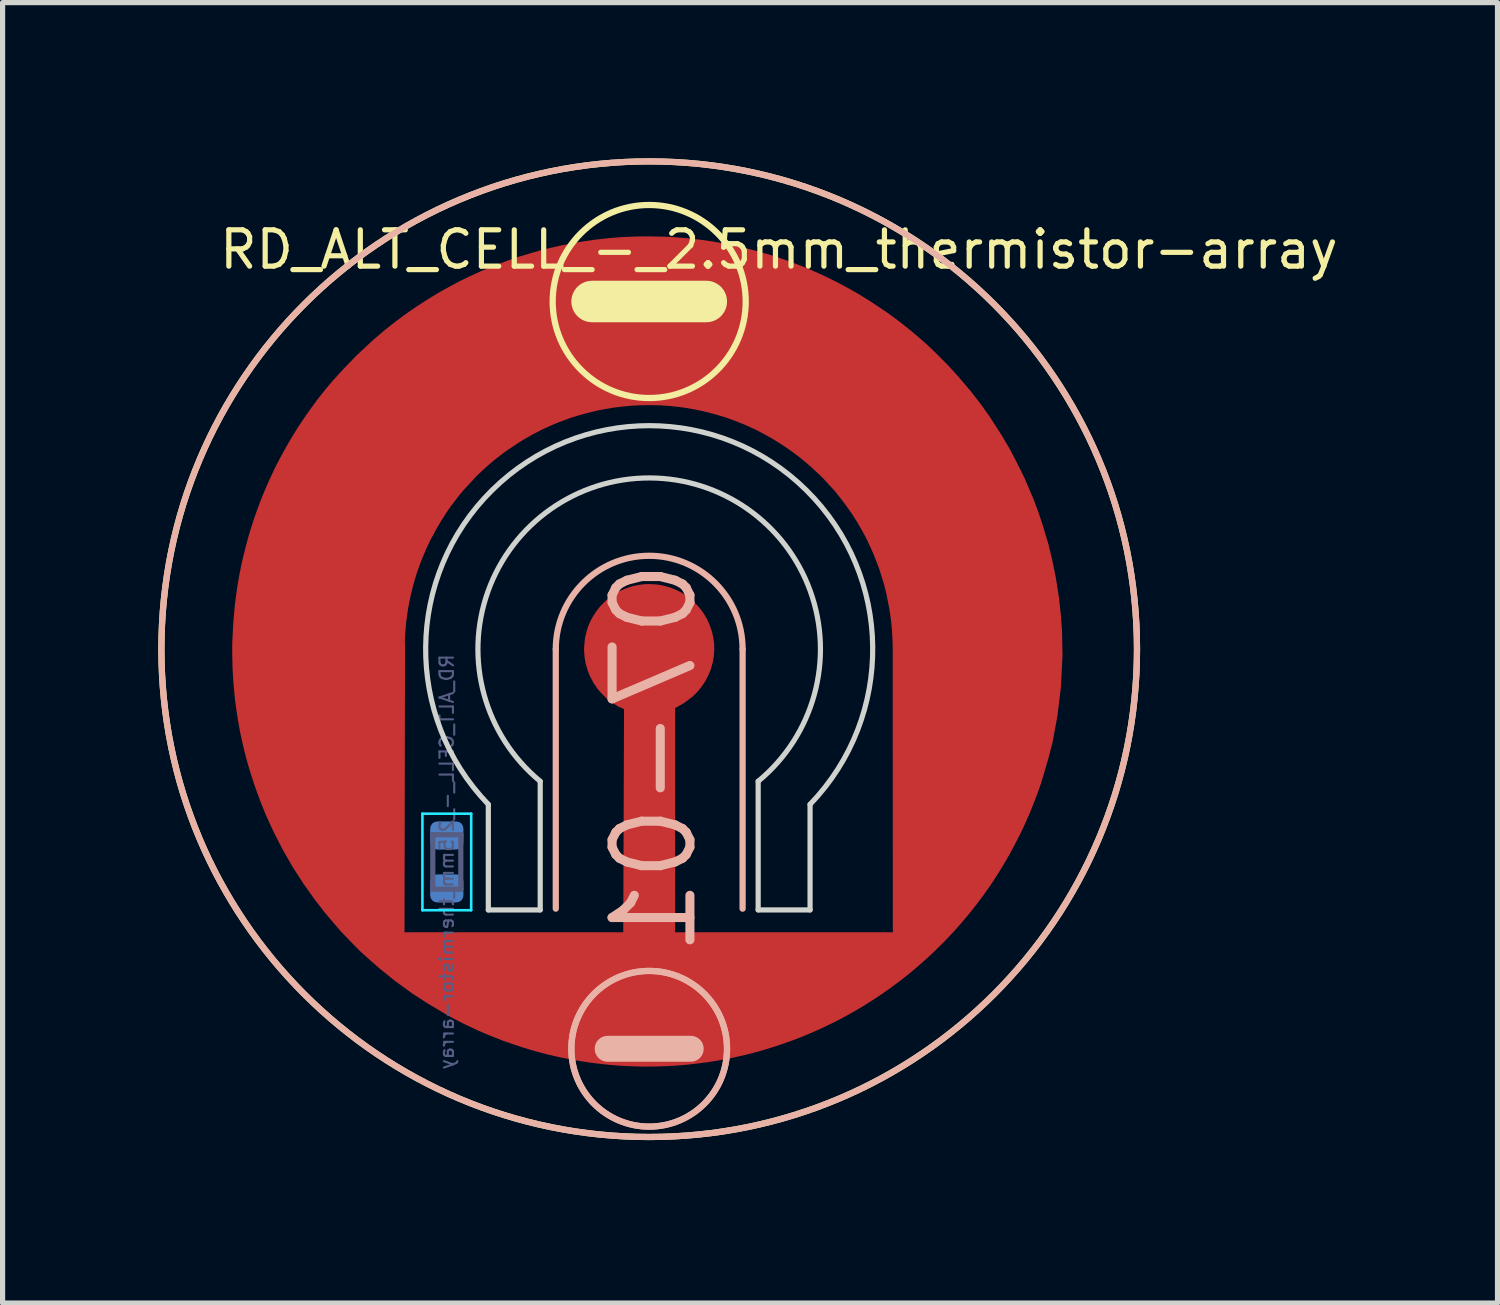
<source format=kicad_pcb>
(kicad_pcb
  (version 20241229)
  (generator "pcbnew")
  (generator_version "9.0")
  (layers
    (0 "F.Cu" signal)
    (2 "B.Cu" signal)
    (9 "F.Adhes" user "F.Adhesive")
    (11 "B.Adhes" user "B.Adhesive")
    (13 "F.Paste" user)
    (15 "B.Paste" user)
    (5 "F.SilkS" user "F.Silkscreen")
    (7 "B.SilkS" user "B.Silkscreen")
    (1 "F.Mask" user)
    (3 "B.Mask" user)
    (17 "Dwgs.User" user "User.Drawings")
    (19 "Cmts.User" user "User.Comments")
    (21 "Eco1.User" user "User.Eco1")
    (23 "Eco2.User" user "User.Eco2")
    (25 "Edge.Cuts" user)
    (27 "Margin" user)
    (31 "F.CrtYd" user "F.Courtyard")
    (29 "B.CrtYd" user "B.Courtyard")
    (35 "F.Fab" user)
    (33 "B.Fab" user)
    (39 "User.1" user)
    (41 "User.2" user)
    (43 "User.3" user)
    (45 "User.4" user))
  (footprint "RD_ALT_CELL_-_2.5mm_thermistor-array"
    (layer "F.Cu")
    (at 9.46 9.46)
    (property "Reference" "RD_ALT_CELL_-_2.5mm_thermistor-array" (at 2.5 -7.7 0) (layer "F.SilkS") (effects (font (size 0.7 0.7) (thickness 0.1))))
    (property "Number" "07-01" (at 0 0 0) (layer "F.Fab") (hide yes) (effects (font (size 1.27 1.27) (thickness 0.15))))
    (attr through_hole exclude_from_pos_files exclude_from_bom)
    (fp_line (start -9.15 -1.15) (end -9 -1.3) (stroke (width 0.3) (type solid)) (layer "In1.Cu"))
    (fp_line (start -9.15 -0.85) (end -9.15 -1.15) (stroke (width 0.3) (type solid)) (layer "In1.Cu"))
    (fp_line (start -9.15 0.05) (end -9 -0.1) (stroke (width 0.3) (type solid)) (layer "In1.Cu"))
    (fp_line (start -9.15 0.35) (end -9.15 0.05) (stroke (width 0.3) (type solid)) (layer "In1.Cu"))
    (fp_line (start -9 -1.3) (end -5.1 -1.3) (stroke (width 0.3) (type solid)) (layer "In1.Cu"))
    (fp_line (start -9 -0.7) (end -9.15 -0.85) (stroke (width 0.3) (type solid)) (layer "In1.Cu"))
    (fp_line (start -9 -0.1) (end -5.1 -0.1) (stroke (width 0.3) (type solid)) (layer "In1.Cu"))
    (fp_line (start -9 0.5) (end -9.15 0.35) (stroke (width 0.3) (type solid)) (layer "In1.Cu"))
    (fp_line (start -8.85 -2.35) (end -8.7 -2.5) (stroke (width 0.3) (type solid)) (layer "In1.Cu"))
    (fp_line (start -8.85 -2.05) (end -8.85 -2.35) (stroke (width 0.3) (type solid)) (layer "In1.Cu"))
    (fp_line (start -8.85 1.25) (end -8.7 1.1) (stroke (width 0.3) (type solid)) (layer "In1.Cu"))
    (fp_line (start -8.85 1.55) (end -8.85 1.25) (stroke (width 0.3) (type solid)) (layer "In1.Cu"))
    (fp_line (start -8.7 -2.5) (end -4.5 -2.5) (stroke (width 0.3) (type solid)) (layer "In1.Cu"))
    (fp_line (start -8.7 -1.9) (end -8.85 -2.05) (stroke (width 0.3) (type solid)) (layer "In1.Cu"))
    (fp_line (start -8.7 1.1) (end -5.1 1.1) (stroke (width 0.3) (type solid)) (layer "In1.Cu"))
    (fp_line (start -8.7 1.7) (end -8.85 1.55) (stroke (width 0.3) (type solid)) (layer "In1.Cu"))
    (fp_line (start -8.55 -3.55) (end -8.4 -3.7) (stroke (width 0.3) (type solid)) (layer "In1.Cu"))
    (fp_line (start -8.55 -3.25) (end -8.55 -3.55) (stroke (width 0.3) (type solid)) (layer "In1.Cu"))
    (fp_line (start -8.55 2.45) (end -8.4 2.3) (stroke (width 0.3) (type solid)) (layer "In1.Cu"))
    (fp_line (start -8.55 2.75) (end -8.55 2.45) (stroke (width 0.3) (type solid)) (layer "In1.Cu"))
    (fp_line (start -8.4 -3.7) (end -3.3 -3.7) (stroke (width 0.3) (type solid)) (layer "In1.Cu"))
    (fp_line (start -8.4 -3.1) (end -8.55 -3.25) (stroke (width 0.3) (type solid)) (layer "In1.Cu"))
    (fp_line (start -8.4 2.3) (end -5.6 2.3) (stroke (width 0.3) (type solid)) (layer "In1.Cu"))
    (fp_line (start -8.4 2.9) (end -8.55 2.75) (stroke (width 0.3) (type solid)) (layer "In1.Cu"))
    (fp_line (start -8.25 3.65) (end -8.1 3.5) (stroke (width 0.3) (type solid)) (layer "In1.Cu"))
    (fp_line (start -8.25 3.95) (end -8.25 3.65) (stroke (width 0.3) (type solid)) (layer "In1.Cu"))
    (fp_line (start -8.1 3.5) (end -5.45 3.5) (stroke (width 0.3) (type solid)) (layer "In1.Cu"))
    (fp_line (start -8.1 4.1) (end -8.25 3.95) (stroke (width 0.3) (type solid)) (layer "In1.Cu"))
    (fp_line (start -7.65 -4.75) (end -7.5 -4.9) (stroke (width 0.3) (type solid)) (layer "In1.Cu"))
    (fp_line (start -7.65 -4.45) (end -7.65 -4.75) (stroke (width 0.3) (type solid)) (layer "In1.Cu"))
    (fp_line (start -7.65 4.85) (end -7.5 4.7) (stroke (width 0.3) (type solid)) (layer "In1.Cu"))
    (fp_line (start -7.65 5.15) (end -7.65 4.85) (stroke (width 0.3) (type solid)) (layer "In1.Cu"))
    (fp_line (start -7.5 -4.9) (end -0.35 -4.9) (stroke (width 0.3) (type solid)) (layer "In1.Cu"))
    (fp_line (start -7.5 -4.3) (end -7.65 -4.45) (stroke (width 0.3) (type solid)) (layer "In1.Cu"))
    (fp_line (start -7.5 4.7) (end -5.45 4.7) (stroke (width 0.3) (type solid)) (layer "In1.Cu"))
    (fp_line (start -7.5 5.3) (end -7.65 5.15) (stroke (width 0.3) (type solid)) (layer "In1.Cu"))
    (fp_line (start -7.05 -5.95) (end -6.9 -6.1) (stroke (width 0.3) (type solid)) (layer "In1.Cu"))
    (fp_line (start -7.05 -5.65) (end -7.05 -5.95) (stroke (width 0.3) (type solid)) (layer "In1.Cu"))
    (fp_line (start -6.9 -6.1) (end -0.35 -6.1) (stroke (width 0.3) (type solid)) (layer "In1.Cu"))
    (fp_line (start -6.9 -5.5) (end -7.05 -5.65) (stroke (width 0.3) (type solid)) (layer "In1.Cu"))
    (fp_line (start -6.45 6.05) (end -6.3 5.9) (stroke (width 0.3) (type solid)) (layer "In1.Cu"))
    (fp_line (start -6.45 6.35) (end -6.45 6.05) (stroke (width 0.3) (type solid)) (layer "In1.Cu"))
    (fp_line (start -6.3 5.9) (end -5.45 5.9) (stroke (width 0.3) (type solid)) (layer "In1.Cu"))
    (fp_line (start -6.3 6.5) (end -6.45 6.35) (stroke (width 0.3) (type solid)) (layer "In1.Cu"))
    (fp_line (start -5.9 1.7) (end -8.7 1.7) (stroke (width 0.3) (type solid)) (layer "In1.Cu"))
    (fp_line (start -5.9 1.7) (end -5.15 1.7) (stroke (width 0.3) (type solid)) (layer "In1.Cu"))
    (fp_line (start -5.85 -7.15) (end -5.7 -7.3) (stroke (width 0.3) (type solid)) (layer "In1.Cu"))
    (fp_line (start -5.85 -6.85) (end -5.85 -7.15) (stroke (width 0.3) (type solid)) (layer "In1.Cu"))
    (fp_line (start -5.7 -7.3) (end -0.35 -7.3) (stroke (width 0.3) (type solid)) (layer "In1.Cu"))
    (fp_line (start -5.7 -6.7) (end -5.85 -6.85) (stroke (width 0.3) (type solid)) (layer "In1.Cu"))
    (fp_line (start -5.6 2.3) (end -5.15 2.3) (stroke (width 0.3) (type solid)) (layer "In1.Cu"))
    (fp_line (start -5.45 2.9) (end -8.4 2.9) (stroke (width 0.3) (type solid)) (layer "In1.Cu"))
    (fp_line (start -5.45 2.9) (end -5.3 3.05) (stroke (width 0.3) (type solid)) (layer "In1.Cu"))
    (fp_line (start -5.45 3.5) (end -5.3 3.35) (stroke (width 0.3) (type solid)) (layer "In1.Cu"))
    (fp_line (start -5.45 4.1) (end -8.1 4.1) (stroke (width 0.3) (type solid)) (layer "In1.Cu"))
    (fp_line (start -5.45 4.1) (end -5.3 4.25) (stroke (width 0.3) (type solid)) (layer "In1.Cu"))
    (fp_line (start -5.45 4.7) (end -5.3 4.55) (stroke (width 0.3) (type solid)) (layer "In1.Cu"))
    (fp_line (start -5.45 5.3) (end -7.5 5.3) (stroke (width 0.3) (type solid)) (layer "In1.Cu"))
    (fp_line (start -5.45 5.3) (end -5.3 5.45) (stroke (width 0.3) (type solid)) (layer "In1.Cu"))
    (fp_line (start -5.45 5.9) (end -5.3 5.75) (stroke (width 0.3) (type solid)) (layer "In1.Cu"))
    (fp_line (start -5.3 3.35) (end -5.3 3.05) (stroke (width 0.3) (type solid)) (layer "In1.Cu"))
    (fp_line (start -5.3 4.55) (end -5.3 4.25) (stroke (width 0.3) (type solid)) (layer "In1.Cu"))
    (fp_line (start -5.3 5.75) (end -5.3 5.45) (stroke (width 0.3) (type solid)) (layer "In1.Cu"))
    (fp_line (start -5.25 7.25) (end -5.1 7.1) (stroke (width 0.3) (type solid)) (layer "In1.Cu"))
    (fp_line (start -5.25 7.55) (end -5.25 7.25) (stroke (width 0.3) (type solid)) (layer "In1.Cu"))
    (fp_line (start -5.15 2.3) (end -5 2.15) (stroke (width 0.3) (type solid)) (layer "In1.Cu"))
    (fp_line (start -5.1 -1.9) (end -8.7 -1.9) (stroke (width 0.3) (type solid)) (layer "In1.Cu"))
    (fp_line (start -5.1 -1.3) (end -4.95 -1.45) (stroke (width 0.3) (type solid)) (layer "In1.Cu"))
    (fp_line (start -5.1 -0.7) (end -9 -0.7) (stroke (width 0.3) (type solid)) (layer "In1.Cu"))
    (fp_line (start -5.1 -0.1) (end -4.95 -0.25) (stroke (width 0.3) (type solid)) (layer "In1.Cu"))
    (fp_line (start -5.1 0.5) (end -9 0.5) (stroke (width 0.3) (type solid)) (layer "In1.Cu"))
    (fp_line (start -5.1 1.1) (end -4.95 0.95) (stroke (width 0.3) (type solid)) (layer "In1.Cu"))
    (fp_line (start -5.1 7.1) (end -0.6 7.1) (stroke (width 0.3) (type solid)) (layer "In1.Cu"))
    (fp_line (start -5.1 7.7) (end -5.25 7.55) (stroke (width 0.3) (type solid)) (layer "In1.Cu"))
    (fp_line (start -5 1.85) (end -5.15 1.7) (stroke (width 0.3) (type solid)) (layer "In1.Cu"))
    (fp_line (start -5 2.15) (end -5 1.85) (stroke (width 0.3) (type solid)) (layer "In1.Cu"))
    (fp_line (start -4.95 -1.75) (end -5.1 -1.9) (stroke (width 0.3) (type solid)) (layer "In1.Cu"))
    (fp_line (start -4.95 -1.45) (end -4.95 -1.75) (stroke (width 0.3) (type solid)) (layer "In1.Cu"))
    (fp_line (start -4.95 -0.55) (end -5.1 -0.7) (stroke (width 0.3) (type solid)) (layer "In1.Cu"))
    (fp_line (start -4.95 -0.25) (end -4.95 -0.55) (stroke (width 0.3) (type solid)) (layer "In1.Cu"))
    (fp_line (start -4.95 0.65) (end -5.1 0.5) (stroke (width 0.3) (type solid)) (layer "In1.Cu"))
    (fp_line (start -4.95 0.95) (end -4.95 0.65) (stroke (width 0.3) (type solid)) (layer "In1.Cu"))
    (fp_line (start -4.5 -3.1) (end -8.4 -3.1) (stroke (width 0.3) (type solid)) (layer "In1.Cu"))
    (fp_line (start -4.5 -2.5) (end -4.35 -2.65) (stroke (width 0.3) (type solid)) (layer "In1.Cu"))
    (fp_line (start -4.35 -2.95) (end -4.5 -3.1) (stroke (width 0.3) (type solid)) (layer "In1.Cu"))
    (fp_line (start -4.35 -2.65) (end -4.35 -2.95) (stroke (width 0.3) (type solid)) (layer "In1.Cu"))
    (fp_line (start -4.05 -8.35) (end -3.9 -8.5) (stroke (width 0.3) (type solid)) (layer "In1.Cu"))
    (fp_line (start -4.05 -8.05) (end -4.05 -8.35) (stroke (width 0.3) (type solid)) (layer "In1.Cu"))
    (fp_line (start -3.9 -8.5) (end -0.9 -8.5) (stroke (width 0.3) (type solid)) (layer "In1.Cu"))
    (fp_line (start -3.9 -7.9) (end -4.05 -8.05) (stroke (width 0.3) (type solid)) (layer "In1.Cu"))
    (fp_line (start -3.3 -4.3) (end -7.5 -4.3) (stroke (width 0.3) (type solid)) (layer "In1.Cu"))
    (fp_line (start -3.3 -3.7) (end -3.15 -3.85) (stroke (width 0.3) (type solid)) (layer "In1.Cu"))
    (fp_line (start -3.15 -4.15) (end -3.3 -4.3) (stroke (width 0.3) (type solid)) (layer "In1.Cu"))
    (fp_line (start -3.15 -3.85) (end -3.15 -4.15) (stroke (width 0.3) (type solid)) (layer "In1.Cu"))
    (fp_line (start -1 8.7) (end -0.45 8.15) (stroke (width 0.3) (type solid)) (layer "In1.Cu"))
    (fp_line (start -0.9 -8.5) (end -0.75 -8.65) (stroke (width 0.3) (type solid)) (layer "In1.Cu"))
    (fp_line (start -0.75 -8.95) (end -0.6 -9.1) (stroke (width 0.3) (type solid)) (layer "In1.Cu"))
    (fp_line (start -0.75 -8.65) (end -0.75 -8.95) (stroke (width 0.3) (type solid)) (layer "In1.Cu"))
    (fp_line (start -0.6 -9.1) (end 0.6 -9.1) (stroke (width 0.3) (type solid)) (layer "In1.Cu"))
    (fp_line (start -0.6 6.5) (end -6.3 6.5) (stroke (width 0.3) (type solid)) (layer "In1.Cu"))
    (fp_line (start -0.6 7.1) (end -0.45 6.95) (stroke (width 0.3) (type solid)) (layer "In1.Cu"))
    (fp_line (start -0.6 7.7) (end -5.1 7.7) (stroke (width 0.3) (type solid)) (layer "In1.Cu"))
    (fp_line (start -0.45 6.65) (end -0.6 6.5) (stroke (width 0.3) (type solid)) (layer "In1.Cu"))
    (fp_line (start -0.45 6.95) (end -0.45 6.65) (stroke (width 0.3) (type solid)) (layer "In1.Cu"))
    (fp_line (start -0.45 7.85) (end -0.6 7.7) (stroke (width 0.3) (type solid)) (layer "In1.Cu"))
    (fp_line (start -0.45 8.15) (end -0.45 7.85) (stroke (width 0.3) (type solid)) (layer "In1.Cu"))
    (fp_line (start -0.35 -7.9) (end -3.9 -7.9) (stroke (width 0.3) (type solid)) (layer "In1.Cu"))
    (fp_line (start -0.35 -7.3) (end -0.2 -7.45) (stroke (width 0.3) (type solid)) (layer "In1.Cu"))
    (fp_line (start -0.35 -6.7) (end -5.7 -6.7) (stroke (width 0.3) (type solid)) (layer "In1.Cu"))
    (fp_line (start -0.35 -6.1) (end -0.2 -6.25) (stroke (width 0.3) (type solid)) (layer "In1.Cu"))
    (fp_line (start -0.35 -5.5) (end -6.9 -5.5) (stroke (width 0.3) (type solid)) (layer "In1.Cu"))
    (fp_line (start -0.35 -4.9) (end -0.2 -5.05) (stroke (width 0.3) (type solid)) (layer "In1.Cu"))
    (fp_line (start -0.2 -7.75) (end -0.35 -7.9) (stroke (width 0.3) (type solid)) (layer "In1.Cu"))
    (fp_line (start -0.2 -7.45) (end -0.2 -7.75) (stroke (width 0.3) (type solid)) (layer "In1.Cu"))
    (fp_line (start -0.2 -6.55) (end -0.35 -6.7) (stroke (width 0.3) (type solid)) (layer "In1.Cu"))
    (fp_line (start -0.2 -6.25) (end -0.2 -6.55) (stroke (width 0.3) (type solid)) (layer "In1.Cu"))
    (fp_line (start -0.2 -5.35) (end -0.35 -5.5) (stroke (width 0.3) (type solid)) (layer "In1.Cu"))
    (fp_line (start -0.2 -5.05) (end -0.2 -5.35) (stroke (width 0.3) (type solid)) (layer "In1.Cu"))
    (fp_line (start 0.4 -7.75) (end 0.4 -7.45) (stroke (width 0.3) (type solid)) (layer "In1.Cu"))
    (fp_line (start 0.4 -7.45) (end 0.55 -7.3) (stroke (width 0.3) (type solid)) (layer "In1.Cu"))
    (fp_line (start 0.4 -6.55) (end 0.4 -6.25) (stroke (width 0.3) (type solid)) (layer "In1.Cu"))
    (fp_line (start 0.4 -6.25) (end 0.55 -6.1) (stroke (width 0.3) (type solid)) (layer "In1.Cu"))
    (fp_line (start 0.4 -5.35) (end 0.4 -5.05) (stroke (width 0.3) (type solid)) (layer "In1.Cu"))
    (fp_line (start 0.45 6.65) (end 0.45 6.95) (stroke (width 0.3) (type solid)) (layer "In1.Cu"))
    (fp_line (start 0.45 6.95) (end 0.6 7.1) (stroke (width 0.3) (type solid)) (layer "In1.Cu"))
    (fp_line (start 0.45 7.85) (end 0.45 8.15) (stroke (width 0.3) (type solid)) (layer "In1.Cu"))
    (fp_line (start 0.55 -7.9) (end 0.4 -7.75) (stroke (width 0.3) (type solid)) (layer "In1.Cu"))
    (fp_line (start 0.55 -7.3) (end 5.7 -7.3) (stroke (width 0.3) (type solid)) (layer "In1.Cu"))
    (fp_line (start 0.55 -6.7) (end 0.4 -6.55) (stroke (width 0.3) (type solid)) (layer "In1.Cu"))
    (fp_line (start 0.55 -6.1) (end 6.9 -6.1) (stroke (width 0.3) (type solid)) (layer "In1.Cu"))
    (fp_line (start 0.55 -5.5) (end 0.4 -5.35) (stroke (width 0.3) (type solid)) (layer "In1.Cu"))
    (fp_line (start 0.55 -4.9) (end 0.4 -5.05) (stroke (width 0.3) (type solid)) (layer "In1.Cu"))
    (fp_line (start 0.55 -4.9) (end 7.5 -4.9) (stroke (width 0.3) (type solid)) (layer "In1.Cu"))
    (fp_line (start 0.6 -9.1) (end 0.75 -8.95) (stroke (width 0.3) (type solid)) (layer "In1.Cu"))
    (fp_line (start 0.6 6.5) (end 0.45 6.65) (stroke (width 0.3) (type solid)) (layer "In1.Cu"))
    (fp_line (start 0.6 7.1) (end 5.1 7.1) (stroke (width 0.3) (type solid)) (layer "In1.Cu"))
    (fp_line (start 0.6 7.7) (end 0.45 7.85) (stroke (width 0.3) (type solid)) (layer "In1.Cu"))
    (fp_line (start 0.75 -8.95) (end 0.75 -8.65) (stroke (width 0.3) (type solid)) (layer "In1.Cu"))
    (fp_line (start 0.75 -8.65) (end 0.9 -8.5) (stroke (width 0.3) (type solid)) (layer "In1.Cu"))
    (fp_line (start 0.9 -8.5) (end 3.9 -8.5) (stroke (width 0.3) (type solid)) (layer "In1.Cu"))
    (fp_line (start 1 8.7) (end 0.45 8.15) (stroke (width 0.3) (type solid)) (layer "In1.Cu"))
    (fp_line (start 3.15 -4.15) (end 3.15 -3.85) (stroke (width 0.3) (type solid)) (layer "In1.Cu"))
    (fp_line (start 3.15 -3.85) (end 3.3 -3.7) (stroke (width 0.3) (type solid)) (layer "In1.Cu"))
    (fp_line (start 3.3 -4.3) (end 3.15 -4.15) (stroke (width 0.3) (type solid)) (layer "In1.Cu"))
    (fp_line (start 3.3 -3.7) (end 8.4 -3.7) (stroke (width 0.3) (type solid)) (layer "In1.Cu"))
    (fp_line (start 3.75 4.25) (end 3.75 4.55) (stroke (width 0.3) (type solid)) (layer "In1.Cu"))
    (fp_line (start 3.75 4.55) (end 3.9 4.7) (stroke (width 0.3) (type solid)) (layer "In1.Cu"))
    (fp_line (start 3.75 5.45) (end 3.75 5.75) (stroke (width 0.3) (type solid)) (layer "In1.Cu"))
    (fp_line (start 3.75 5.75) (end 3.9 5.9) (stroke (width 0.3) (type solid)) (layer "In1.Cu"))
    (fp_line (start 3.9 -8.5) (end 4.05 -8.35) (stroke (width 0.3) (type solid)) (layer "In1.Cu"))
    (fp_line (start 3.9 -7.9) (end 0.55 -7.9) (stroke (width 0.3) (type solid)) (layer "In1.Cu"))
    (fp_line (start 3.9 4.1) (end 3.75 4.25) (stroke (width 0.3) (type solid)) (layer "In1.Cu"))
    (fp_line (start 3.9 4.7) (end 7.5 4.7) (stroke (width 0.3) (type solid)) (layer "In1.Cu"))
    (fp_line (start 3.9 5.3) (end 3.75 5.45) (stroke (width 0.3) (type solid)) (layer "In1.Cu"))
    (fp_line (start 3.9 5.9) (end 6.3 5.9) (stroke (width 0.3) (type solid)) (layer "In1.Cu"))
    (fp_line (start 4.05 -8.35) (end 4.05 -8.05) (stroke (width 0.3) (type solid)) (layer "In1.Cu"))
    (fp_line (start 4.05 -8.05) (end 3.9 -7.9) (stroke (width 0.3) (type solid)) (layer "In1.Cu"))
    (fp_line (start 4.05 3.05) (end 4.05 3.35) (stroke (width 0.3) (type solid)) (layer "In1.Cu"))
    (fp_line (start 4.05 3.35) (end 4.2 3.5) (stroke (width 0.3) (type solid)) (layer "In1.Cu"))
    (fp_line (start 4.2 2.9) (end 4.05 3.05) (stroke (width 0.3) (type solid)) (layer "In1.Cu"))
    (fp_line (start 4.2 3.5) (end 8.1 3.5) (stroke (width 0.3) (type solid)) (layer "In1.Cu"))
    (fp_line (start 4.35 -2.95) (end 4.35 -2.65) (stroke (width 0.3) (type solid)) (layer "In1.Cu"))
    (fp_line (start 4.35 -2.65) (end 4.5 -2.5) (stroke (width 0.3) (type solid)) (layer "In1.Cu"))
    (fp_line (start 4.5 -3.1) (end 4.35 -2.95) (stroke (width 0.3) (type solid)) (layer "In1.Cu"))
    (fp_line (start 4.5 -2.5) (end 8.7 -2.5) (stroke (width 0.3) (type solid)) (layer "In1.Cu"))
    (fp_line (start 4.65 -1.75) (end 4.65 -1.45) (stroke (width 0.3) (type solid)) (layer "In1.Cu"))
    (fp_line (start 4.65 -1.45) (end 4.8 -1.3) (stroke (width 0.3) (type solid)) (layer "In1.Cu"))
    (fp_line (start 4.65 1.85) (end 4.65 2.15) (stroke (width 0.3) (type solid)) (layer "In1.Cu"))
    (fp_line (start 4.65 2.15) (end 4.8 2.3) (stroke (width 0.3) (type solid)) (layer "In1.Cu"))
    (fp_line (start 4.8 -1.9) (end 4.65 -1.75) (stroke (width 0.3) (type solid)) (layer "In1.Cu"))
    (fp_line (start 4.8 -1.3) (end 9 -1.3) (stroke (width 0.3) (type solid)) (layer "In1.Cu"))
    (fp_line (start 4.8 1.7) (end 4.65 1.85) (stroke (width 0.3) (type solid)) (layer "In1.Cu"))
    (fp_line (start 4.8 2.3) (end 8.4 2.3) (stroke (width 0.3) (type solid)) (layer "In1.Cu"))
    (fp_line (start 4.95 -0.55) (end 4.95 -0.25) (stroke (width 0.3) (type solid)) (layer "In1.Cu"))
    (fp_line (start 4.95 -0.25) (end 5.1 -0.1) (stroke (width 0.3) (type solid)) (layer "In1.Cu"))
    (fp_line (start 4.95 0.65) (end 4.95 0.95) (stroke (width 0.3) (type solid)) (layer "In1.Cu"))
    (fp_line (start 4.95 0.95) (end 5.1 1.1) (stroke (width 0.3) (type solid)) (layer "In1.Cu"))
    (fp_line (start 5.1 -0.7) (end 4.95 -0.55) (stroke (width 0.3) (type solid)) (layer "In1.Cu"))
    (fp_line (start 5.1 -0.1) (end 9 -0.1) (stroke (width 0.3) (type solid)) (layer "In1.Cu"))
    (fp_line (start 5.1 0.5) (end 4.95 0.65) (stroke (width 0.3) (type solid)) (layer "In1.Cu"))
    (fp_line (start 5.1 1.1) (end 8.7 1.1) (stroke (width 0.3) (type solid)) (layer "In1.Cu"))
    (fp_line (start 5.1 7.1) (end 5.25 7.25) (stroke (width 0.3) (type solid)) (layer "In1.Cu"))
    (fp_line (start 5.1 7.7) (end 0.6 7.7) (stroke (width 0.3) (type solid)) (layer "In1.Cu"))
    (fp_line (start 5.25 7.25) (end 5.25 7.55) (stroke (width 0.3) (type solid)) (layer "In1.Cu"))
    (fp_line (start 5.25 7.55) (end 5.1 7.7) (stroke (width 0.3) (type solid)) (layer "In1.Cu"))
    (fp_line (start 5.7 -7.3) (end 5.85 -7.15) (stroke (width 0.3) (type solid)) (layer "In1.Cu"))
    (fp_line (start 5.7 -6.7) (end 0.55 -6.7) (stroke (width 0.3) (type solid)) (layer "In1.Cu"))
    (fp_line (start 5.85 -7.15) (end 5.85 -6.85) (stroke (width 0.3) (type solid)) (layer "In1.Cu"))
    (fp_line (start 5.85 -6.85) (end 5.7 -6.7) (stroke (width 0.3) (type solid)) (layer "In1.Cu"))
    (fp_line (start 6.3 5.9) (end 6.45 6.05) (stroke (width 0.3) (type solid)) (layer "In1.Cu"))
    (fp_line (start 6.3 6.5) (end 0.6 6.5) (stroke (width 0.3) (type solid)) (layer "In1.Cu"))
    (fp_line (start 6.45 6.05) (end 6.45 6.35) (stroke (width 0.3) (type solid)) (layer "In1.Cu"))
    (fp_line (start 6.45 6.35) (end 6.3 6.5) (stroke (width 0.3) (type solid)) (layer "In1.Cu"))
    (fp_line (start 6.9 -6.1) (end 7.05 -5.95) (stroke (width 0.3) (type solid)) (layer "In1.Cu"))
    (fp_line (start 6.9 -5.5) (end 0.55 -5.5) (stroke (width 0.3) (type solid)) (layer "In1.Cu"))
    (fp_line (start 7.05 -5.95) (end 7.05 -5.65) (stroke (width 0.3) (type solid)) (layer "In1.Cu"))
    (fp_line (start 7.05 -5.65) (end 6.9 -5.5) (stroke (width 0.3) (type solid)) (layer "In1.Cu"))
    (fp_line (start 7.5 -4.9) (end 7.65 -4.75) (stroke (width 0.3) (type solid)) (layer "In1.Cu"))
    (fp_line (start 7.5 -4.3) (end 3.3 -4.3) (stroke (width 0.3) (type solid)) (layer "In1.Cu"))
    (fp_line (start 7.5 4.7) (end 7.65 4.85) (stroke (width 0.3) (type solid)) (layer "In1.Cu"))
    (fp_line (start 7.5 5.3) (end 3.9 5.3) (stroke (width 0.3) (type solid)) (layer "In1.Cu"))
    (fp_line (start 7.65 -4.75) (end 7.65 -4.45) (stroke (width 0.3) (type solid)) (layer "In1.Cu"))
    (fp_line (start 7.65 -4.45) (end 7.5 -4.3) (stroke (width 0.3) (type solid)) (layer "In1.Cu"))
    (fp_line (start 7.65 4.85) (end 7.65 5.15) (stroke (width 0.3) (type solid)) (layer "In1.Cu"))
    (fp_line (start 7.65 5.15) (end 7.5 5.3) (stroke (width 0.3) (type solid)) (layer "In1.Cu"))
    (fp_line (start 8.1 3.5) (end 8.25 3.65) (stroke (width 0.3) (type solid)) (layer "In1.Cu"))
    (fp_line (start 8.1 4.1) (end 3.9 4.1) (stroke (width 0.3) (type solid)) (layer "In1.Cu"))
    (fp_line (start 8.25 3.65) (end 8.25 3.95) (stroke (width 0.3) (type solid)) (layer "In1.Cu"))
    (fp_line (start 8.25 3.95) (end 8.1 4.1) (stroke (width 0.3) (type solid)) (layer "In1.Cu"))
    (fp_line (start 8.4 -3.7) (end 8.55 -3.55) (stroke (width 0.3) (type solid)) (layer "In1.Cu"))
    (fp_line (start 8.4 -3.1) (end 4.5 -3.1) (stroke (width 0.3) (type solid)) (layer "In1.Cu"))
    (fp_line (start 8.4 2.3) (end 8.55 2.45) (stroke (width 0.3) (type solid)) (layer "In1.Cu"))
    (fp_line (start 8.4 2.9) (end 4.2 2.9) (stroke (width 0.3) (type solid)) (layer "In1.Cu"))
    (fp_line (start 8.55 -3.55) (end 8.55 -3.25) (stroke (width 0.3) (type solid)) (layer "In1.Cu"))
    (fp_line (start 8.55 -3.25) (end 8.4 -3.1) (stroke (width 0.3) (type solid)) (layer "In1.Cu"))
    (fp_line (start 8.55 2.45) (end 8.55 2.75) (stroke (width 0.3) (type solid)) (layer "In1.Cu"))
    (fp_line (start 8.55 2.75) (end 8.4 2.9) (stroke (width 0.3) (type solid)) (layer "In1.Cu"))
    (fp_line (start 8.7 -2.5) (end 8.85 -2.35) (stroke (width 0.3) (type solid)) (layer "In1.Cu"))
    (fp_line (start 8.7 -1.9) (end 4.8 -1.9) (stroke (width 0.3) (type solid)) (layer "In1.Cu"))
    (fp_line (start 8.7 1.1) (end 8.85 1.25) (stroke (width 0.3) (type solid)) (layer "In1.Cu"))
    (fp_line (start 8.7 1.7) (end 4.8 1.7) (stroke (width 0.3) (type solid)) (layer "In1.Cu"))
    (fp_line (start 8.85 -2.35) (end 8.85 -2.05) (stroke (width 0.3) (type solid)) (layer "In1.Cu"))
    (fp_line (start 8.85 -2.05) (end 8.7 -1.9) (stroke (width 0.3) (type solid)) (layer "In1.Cu"))
    (fp_line (start 8.85 1.25) (end 8.85 1.55) (stroke (width 0.3) (type solid)) (layer "In1.Cu"))
    (fp_line (start 8.85 1.55) (end 8.7 1.7) (stroke (width 0.3) (type solid)) (layer "In1.Cu"))
    (fp_line (start 9 -1.3) (end 9.15 -1.15) (stroke (width 0.3) (type solid)) (layer "In1.Cu"))
    (fp_line (start 9 -0.7) (end 5.1 -0.7) (stroke (width 0.3) (type solid)) (layer "In1.Cu"))
    (fp_line (start 9 -0.1) (end 9.15 0.05) (stroke (width 0.3) (type solid)) (layer "In1.Cu"))
    (fp_line (start 9 0.5) (end 5.1 0.5) (stroke (width 0.3) (type solid)) (layer "In1.Cu"))
    (fp_line (start 9.15 -1.15) (end 9.15 -0.85) (stroke (width 0.3) (type solid)) (layer "In1.Cu"))
    (fp_line (start 9.15 -0.85) (end 9 -0.7) (stroke (width 0.3) (type solid)) (layer "In1.Cu"))
    (fp_line (start 9.15 0.05) (end 9.15 0.35) (stroke (width 0.3) (type solid)) (layer "In1.Cu"))
    (fp_line (start 9.15 0.35) (end 9 0.5) (stroke (width 0.3) (type solid)) (layer "In1.Cu"))
    (fp_line (start -1.1 -6.7) (end 1.1 -6.7) (stroke (width 0.8) (type solid)) (layer "F.SilkS"))
    (fp_circle (center 0 -6.7) (end 1.86 -6.7) (stroke (width 0.12) (type solid)) (fill no) (layer "F.SilkS"))
    (fp_circle (center 0 0) (end 9.4 0) (stroke (width 0.12) (type solid)) (fill no) (layer "F.SilkS"))
    (fp_line (start -1.8 0) (end -1.8 5) (stroke (width 0.12) (type solid)) (layer "B.SilkS"))
    (fp_line (start -0.8 7.7) (end 0.8 7.7) (stroke (width 0.5) (type solid)) (layer "B.SilkS"))
    (fp_line (start 1.8 0) (end 1.8 5) (stroke (width 0.12) (type solid)) (layer "B.SilkS"))
    (fp_arc (start -1.8 0) (mid 0 -1.8) (end 1.8 0) (stroke (width 0.12) (type solid)) (layer "B.SilkS"))
    (fp_circle (center 0 0) (end 9.4 0) (stroke (width 0.12) (type solid)) (fill no) (layer "B.SilkS"))
    (fp_circle (center 0 7.7) (end 1.5 7.7) (stroke (width 0.12) (type solid)) (fill no) (layer "B.SilkS"))
    (fp_circle (center 0 7.7) (end 1.5 7.7) (stroke (width 0.12) (type solid)) (fill no) (layer "B.SilkS"))
    (fp_line (start -3.1 2.991) (end -3.1 5.024) (stroke (width 0.1) (type solid)) (layer "Edge.Cuts"))
    (fp_line (start -3.1 5.024) (end -2.1 5.024) (stroke (width 0.1) (type solid)) (layer "Edge.Cuts"))
    (fp_line (start -2.1 5.024) (end -2.1 2.546) (stroke (width 0.1) (type solid)) (layer "Edge.Cuts"))
    (fp_line (start 2.1 2.546) (end 2.1 5.024) (stroke (width 0.1) (type solid)) (layer "Edge.Cuts"))
    (fp_line (start 2.1 5.024) (end 3.1 5.024) (stroke (width 0.1) (type solid)) (layer "Edge.Cuts"))
    (fp_line (start 3.1 5.024) (end 3.1 2.991) (stroke (width 0.1) (type solid)) (layer "Edge.Cuts"))
    (fp_arc (start -3.1 2.9906) (mid 0 -4.307333) (end 3.1 2.9906) (stroke (width 0.1) (type solid)) (layer "Edge.Cuts"))
    (fp_arc (start -2.1 2.54576) (mid 0 -3.300141) (end 2.1 2.54576) (stroke (width 0.1) (type solid)) (layer "Edge.Cuts"))
    (fp_line (start -4.37 3.17) (end -4.37 5.03) (stroke (width 0.05) (type solid)) (layer "B.CrtYd"))
    (fp_line (start -4.37 5.03) (end -3.43 5.03) (stroke (width 0.05) (type solid)) (layer "B.CrtYd"))
    (fp_line (start -3.43 3.17) (end -4.37 3.17) (stroke (width 0.05) (type solid)) (layer "B.CrtYd"))
    (fp_line (start -3.43 5.03) (end -3.43 3.17) (stroke (width 0.05) (type solid)) (layer "B.CrtYd"))
    (fp_line (start -4.17 3.575) (end -4.17 4.625) (stroke (width 0.1) (type solid)) (layer "B.Fab"))
    (fp_line (start -4.17 4.625) (end -3.63 4.625) (stroke (width 0.1) (type solid)) (layer "B.Fab"))
    (fp_line (start -3.63 3.575) (end -4.17 3.575) (stroke (width 0.1) (type solid)) (layer "B.Fab"))
    (fp_line (start -3.63 4.625) (end -3.63 3.575) (stroke (width 0.1) (type solid)) (layer "B.Fab"))
    (fp_text user "${Number}" (at 0.1 2.1 90) (layer "B.SilkS") (effects (font (size 1.5 1.5) (thickness 0.175)) (justify mirror)))
    (fp_text user "${REFERENCE}" (at -3.9 4.1 90) (layer "B.Fab") (effects (font (size 0.26 0.26) (thickness 0.04)) (justify mirror)))
    (pad "" smd circle (at 0 0) (size 2.5 2.5) (layers "F.Mask"))
    (pad "" smd circle (at 0 0) (size 5.6 5.6) (layers "F.Paste"))
    (pad "1" smd custom (at -0.005 0.095) (size 1 1) (layers "F.Cu") (options (anchor rect)) (primitives (gr_poly (pts (xy 0.11 -1.345) (xy 0.16 -1.34) (xy 0.23 -1.33) (xy 0.32 -1.31) (xy 0.41 -1.283) (xy 0.47 -1.26) (xy 0.54 -1.23) (xy 0.6 -1.2) (xy 0.7 -1.14) (xy 0.77 -1.09) (xy 0.83 -1.04) (xy 0.96 -0.91) (xy 1.03 -0.82) (xy 1.07 -0.76) (xy 1.11 -0.69) (xy 1.14 -0.63) (xy 1.17 -0.56) (xy 1.199 -0.48) (xy 1.209 -0.45) (xy 1.22 -0.41) (xy 1.229 -0.37) (xy 1.24 -0.32) (xy 1.25 -0.25) (xy 1.256 -0.2) (xy 1.258 -0.15) (xy 1.26 -0.1) (xy 1.25 0.04) (xy 1.23 0.16) (xy 1.19 0.3) (xy 1.14 0.42) (xy 1.08 0.53) (xy 1.02 0.62) (xy 0.95 0.71) (xy 0.84 0.82) (xy 0.68 0.94) (xy 0.61 0.98) (xy 0.505 1.04) (xy 0.505 5.36) (xy 4.71 5.36) (xy 5.78 5.335) (xy 5.57 5.56) (xy 5.03 6.085) (xy 4.505 6.46) (xy 3.78 6.91) (xy 3.605 7.01) (xy 2.93 7.31) (xy 2.18 7.56) (xy 1.405 7.735) (xy 0.58 7.835) (xy -0.22 7.86) (xy -1.07 7.785) (xy -1.77 7.66) (xy -2.57 7.435) (xy -3.32 7.135) (xy -3.995 6.785) (xy -4.695 6.335) (xy -5.32 5.835) (xy -5.87 5.36) (xy -0.495 5.36) (xy -0.48 1.06) (xy -0.59 1.01) (xy -0.72 0.93) (xy -0.83 0.84) (xy -0.92 0.75) (xy -0.99 0.67) (xy -1.07 0.55) (xy -1.14 0.42) (xy -1.182 0.31) (xy -1.22 0.18) (xy -1.24 0.06) (xy -1.25 -0.07) (xy -1.25 -0.11) (xy -1.24 -0.24) (xy -1.23 -0.32) (xy -1.2 -0.44) (xy -1.17 -0.54) (xy -1.12 -0.65) (xy -1.07 -0.74) (xy -1.01 -0.83) (xy -0.98 -0.87) (xy -0.93 -0.93) (xy -0.85 -1.011) (xy -0.82 -1.04) (xy -0.76 -1.09) (xy -0.69 -1.14) (xy -0.59 -1.2) (xy -0.53 -1.23) (xy -0.46 -1.26) (xy -0.38 -1.29) (xy -0.31 -1.31) (xy -0.22 -1.329) (xy -0.15 -1.34) (xy -0.11 -1.345) (xy -0.02 -1.35) (xy 0.02 -1.35)) (width 0) (fill yes)) (gr_poly (pts (xy 0.26 -8.045) (xy 0.38 -8.04) (xy 0.47 -8.035) (xy 0.67 -8.02) (xy 0.725 -8.015) (xy 0.87 -8) (xy 1.03 -7.98) (xy 1.17 -7.96) (xy 1.235 -7.95) (xy 1.35 -7.93) (xy 1.46 -7.91) (xy 1.66 -7.87) (xy 1.75 -7.85) (xy 1.815 -7.835) (xy 1.887 -7.817) (xy 2.03 -7.78) (xy 2.14 -7.75) (xy 2.28 -7.71) (xy 2.44 -7.66) (xy 2.56 -7.62) (xy 2.615 -7.6) (xy 2.672 -7.58) (xy 2.726 -7.56) (xy 2.86 -7.51) (xy 3.01 -7.45) (xy 3.095 -7.415) (xy 3.147 -7.393) (xy 3.184 -7.376) (xy 3.237 -7.353) (xy 3.281 -7.333) (xy 3.351 -7.301) (xy 3.5 -7.23) (xy 3.58 -7.19) (xy 3.685 -7.135) (xy 3.77 -7.09) (xy 3.88 -7.03) (xy 3.95 -6.99) (xy 4.07 -6.92) (xy 4.2 -6.84) (xy 4.31 -6.77) (xy 4.55 -6.61) (xy 4.62 -6.56) (xy 4.73 -6.48) (xy 4.81 -6.42) (xy 4.875 -6.37) (xy 4.933 -6.324) (xy 5.05 -6.23) (xy 5.145 -6.15) (xy 5.228 -6.08) (xy 5.34 -5.98) (xy 5.4 -5.925) (xy 5.5 -5.83) (xy 5.76 -5.57) (xy 5.96 -5.35) (xy 6.19 -5.08) (xy 6.4 -4.81) (xy 6.57 -4.57) (xy 6.809 -4.199) (xy 6.96 -3.94) (xy 7.09 -3.69) (xy 7.23 -3.41) (xy 7.41 -2.99) (xy 7.51 -2.72) (xy 7.59 -2.48) (xy 7.7 -2.11) (xy 7.77 -1.82) (xy 7.84 -1.48) (xy 7.9 -1.1) (xy 7.939 -0.74) (xy 7.96 -0.45) (xy 7.97 0.01) (xy 7.94 0.63) (xy 7.87 1.2) (xy 7.78 1.69) (xy 7.7 2) (xy 7.61 2.31) (xy 7.544 2.525) (xy 7.51 2.62) (xy 7.47 2.73) (xy 7.42 2.86) (xy 7.34 3.06) (xy 7.27 3.22) (xy 7.22 3.33) (xy 7.17 3.435) (xy 7.08 3.61) (xy 7.05 3.67) (xy 6.97 3.82) (xy 6.89 3.96) (xy 6.82 4.08) (xy 6.74 4.21) (xy 6.65 4.35) (xy 6.57 4.47) (xy 6.45 4.64) (xy 6.3 4.84) (xy 6.19 4.98) (xy 6.03 5.17) (xy 5.89 5.33) (xy 5.72 5.51) (xy 5.51 5.72) (xy 5.36 5.86) (xy 5.27 5.94) (xy 5.12 6.07) (xy 5 6.17) (xy 4.86 6.28) (xy 4.7 6.4) (xy 4.56 6.5) (xy 4.43 6.59) (xy 4.26 6.7) (xy 4.1 6.8) (xy 3.93 6.9) (xy 3.73 7.01) (xy 3.615 7.07) (xy 3.362 7.194) (xy 3.24 7.25) (xy 3.17 7.28) (xy 2.943 7.376) (xy 2.886 7.398) (xy 2.793 7.434) (xy 2.72 7.46) (xy 2.58 7.51) (xy 2.4 7.57) (xy 2.27 7.61) (xy 2.1 7.66) (xy 1.87 7.72) (xy 1.65 7.77) (xy 1.46 7.809) (xy 1.22 7.85) (xy 1.01 7.88) (xy 0.845 7.9) (xy 0.698 7.915) (xy 0.544 7.928) (xy 0.447 7.934) (xy 0.33 7.94) (xy 0.19 7.945) (xy 0.105 7.947) (xy -0.083 7.949) (xy -0.291 7.944) (xy -0.546 7.932) (xy -0.748 7.916) (xy -0.92 7.898) (xy -1.115 7.874) (xy -1.297 7.847) (xy -1.51 7.81) (xy -1.71 7.77) (xy -1.8 7.75) (xy -1.93 7.72) (xy -2.12 7.67) (xy -2.3 7.62) (xy -2.43 7.58) (xy -2.61 7.52) (xy -2.81 7.45) (xy -2.99 7.38) (xy -3.09 7.34) (xy -3.3 7.25) (xy -3.43 7.19) (xy -3.575 7.12) (xy -3.712 7.05) (xy -3.836 6.985) (xy -3.93 6.93) (xy -4.25 6.74) (xy -4.56 6.54) (xy -4.89 6.3) (xy -5.2 6.05) (xy -5.36 5.91) (xy -5.56 5.73) (xy -5.65 5.64) (xy -5.94 5.34) (xy -6.23 5) (xy -6.44 4.73) (xy -6.66 4.42) (xy -6.86 4.11) (xy -7.05 3.78) (xy -7.22 3.45) (xy -7.3 3.28) (xy -7.385 3.09) (xy -7.473 2.875) (xy -7.551 2.667) (xy -7.616 2.479) (xy -7.678 2.289) (xy -7.734 2.1) (xy -7.762 2) (xy -7.79 1.89) (xy -7.81 1.81) (xy -7.84 1.68) (xy -7.87 1.54) (xy -7.88 1.49) (xy -7.893 1.42) (xy -7.92 1.27) (xy -7.94 1.14) (xy -7.96 1) (xy -7.977 0.87) (xy -7.988 0.76) (xy -8.007 0.55) (xy -8.023 0.29) (xy -8.03 -0.000006) (xy -8.03 -0.21) (xy -8.025 -0.299) (xy -4.716 -0.299) (xy -4.7 -0.19) (xy -4.71 5.38) (xy 4.7 5.38) (xy 4.698 -0.058) (xy 4.696 -0.203) (xy 4.691 -0.323) (xy 4.681 -0.493) (xy 4.661 -0.683) (xy 4.631 -0.883) (xy 4.571 -1.183) (xy 4.531 -1.343) (xy 4.491 -1.473) (xy 4.441 -1.633) (xy 4.381 -1.793) (xy 4.321 -1.943) (xy 4.271 -2.053) (xy 4.211 -2.183) (xy 4.161 -2.283) (xy 4.111 -2.373) (xy 4.071 -2.443) (xy 4.001 -2.563) (xy 3.931 -2.673) (xy 3.891 -2.733) (xy 3.791 -2.873) (xy 3.731 -2.953) (xy 3.661 -3.043) (xy 3.581 -3.143) (xy 3.471 -3.263) (xy 3.351 -3.393) (xy 3.291 -3.453) (xy 3.181 -3.553) (xy 3.161 -3.573) (xy 3.071 -3.653) (xy 2.941 -3.763) (xy 2.811 -3.863) (xy 2.701 -3.943) (xy 2.521 -4.063) (xy 2.391 -4.143) (xy 2.231 -4.233) (xy 2.061 -4.323) (xy 1.841 -4.423) (xy 1.641 -4.503) (xy 1.471 -4.563) (xy 1.271 -4.623) (xy 1.081 -4.673) (xy 0.891 -4.713) (xy 0.721 -4.743) (xy 0.581 -4.763) (xy 0.391 -4.783) (xy 0.241 -4.793) (xy 0.061 -4.798) (xy -0.164 -4.796) (xy -0.329 -4.787) (xy -0.489 -4.773) (xy -0.659 -4.753) (xy -0.839 -4.723) (xy -0.949 -4.703) (xy -1.009 -4.69) (xy -1.039 -4.683) (xy -1.239 -4.633) (xy -1.379 -4.593) (xy -1.409 -4.583) (xy -1.479 -4.563) (xy -1.589 -4.523) (xy -1.619 -4.513) (xy -1.699 -4.483) (xy -1.799 -4.443) (xy -1.869 -4.413) (xy -1.959 -4.373) (xy -2.024 -4.343) (xy -2.097 -4.308) (xy -2.16 -4.275) (xy -2.259 -4.223) (xy -2.399 -4.143) (xy -2.449 -4.113) (xy -2.529 -4.063) (xy -2.709 -3.943) (xy -2.779 -3.893) (xy -2.859 -3.833) (xy -2.949 -3.763) (xy -2.999 -3.723) (xy -3.069 -3.663) (xy -3.109 -3.628) (xy -3.159 -3.583) (xy -3.174 -3.568) (xy -3.222 -3.526) (xy -3.319 -3.433) (xy -3.459 -3.283) (xy -3.579 -3.153) (xy -3.649 -3.068) (xy -3.739 -2.953) (xy -3.829 -2.833) (xy -3.899 -2.733) (xy -3.969 -2.623) (xy -4.049 -2.493) (xy -4.089 -2.423) (xy -4.209 -2.203) (xy -4.289 -2.033) (xy -4.349 -1.893) (xy -4.409 -1.743) (xy -4.469 -1.573) (xy -4.509 -1.443) (xy -4.549 -1.303) (xy -4.599 -1.093) (xy -4.639 -0.893) (xy -4.659 -0.753) (xy -4.679 -0.603) (xy -4.689 -0.483) (xy -4.699 -0.343) (xy -4.704 -0.218) (xy -4.716 -0.299) (xy -8.025 -0.299) (xy -8.01 -0.6) (xy -7.98 -0.94) (xy -7.96 -1.1) (xy -7.93 -1.31) (xy -7.91 -1.43) (xy -7.89 -1.54) (xy -7.86 -1.69) (xy -7.82 -1.87) (xy -7.76 -2.11) (xy -7.74 -2.18) (xy -7.73 -2.22) (xy -7.716 -2.269) (xy -7.71 -2.29) (xy -7.68 -2.39) (xy -7.645 -2.501) (xy -7.62 -2.58) (xy -7.56 -2.75) (xy -7.52 -2.86) (xy -7.49 -2.94) (xy -7.43 -3.09) (xy -7.34 -3.3) (xy -7.32 -3.345) (xy -7.26 -3.475) (xy -7.235 -3.527) (xy -7.213 -3.574) (xy -7.18 -3.64) (xy -7.08 -3.83) (xy -6.98 -4.01) (xy -6.91 -4.13) (xy -6.85 -4.23) (xy -6.77 -4.36) (xy -6.65 -4.54) (xy -6.56 -4.67) (xy -6.4 -4.89) (xy -6.35 -4.955) (xy -6.21 -5.13) (xy -6.1 -5.26) (xy -5.89 -5.49) (xy -5.64 -5.75) (xy -5.33 -6.04) (xy -5.12 -6.22) (xy -5.02 -6.3) (xy -4.88 -6.41) (xy -4.76 -6.5) (xy -4.62 -6.6) (xy -4.49 -6.69) (xy -4.32 -6.8) (xy -4.16 -6.9) (xy -3.99 -7) (xy -3.79 -7.11) (xy -3.62 -7.2) (xy -3.41 -7.3) (xy -3.19 -7.4) (xy -2.97 -7.49) (xy -2.73 -7.58) (xy -2.5 -7.66) (xy -2.3 -7.72) (xy -2.09 -7.78) (xy -1.89 -7.83) (xy -1.67 -7.88) (xy -1.35 -7.94) (xy -1.01 -7.99) (xy -0.73 -8.02) (xy -0.6 -8.03) (xy -0.43 -8.04) (xy -0.16 -8.05) (xy 0 -8.05)) (width 0) (fill yes))))
    (pad "2" smd roundrect (at -3.9 4.61 90) (size 0.54 0.64) (layers "B.Cu" "B.Mask" "B.Paste") (roundrect_rratio 0.25))
    (pad "3" smd roundrect (at -3.9 3.59 90) (size 0.54 0.64) (layers "B.Cu" "B.Mask" "B.Paste") (roundrect_rratio 0.25))
    (pad "4" connect circle (at -1.5 9) (size 1.2 1.2) (layers "In1.Cu"))
    (pad "5" connect circle (at 1.5 8.9) (size 1.2 1.2) (layers "In1.Cu"))
    (zone (net_name "") (layers "F.Cu" "B.Cu") (hatch edge 0.508) (connect_pads) (min_thickness 0.254) (filled_areas_thickness no) (keepout (tracks not_allowed) (vias not_allowed) (pads allowed) (copperpour not_allowed) (footprints allowed)) (placement (enabled no)) (fill) (polygon (pts (xy 12.81 9.455) (xy 12.8 9.235) (xy 12.79 9.105) (xy 12.745 8.806) (xy 12.7 8.625) (xy 12.66 8.465) (xy 12.56 8.185) (xy 12.42 7.885) (xy 12.25 7.605) (xy 12.23 7.575) (xy 12.14 7.455) (xy 12.05 7.335) (xy 11.87 7.135) (xy 11.8 7.065) (xy 11.58 6.865) (xy 11.32 6.675) (xy 11.04 6.505) (xy 10.75 6.365) (xy 10.44 6.255) (xy 10.12 6.175) (xy 9.78 6.125) (xy 9.56 6.115) (xy 9.52 8.208) (xy 9.565 8.21) (xy 9.59 8.213) (xy 9.685 8.225) (xy 9.775 8.245) (xy 9.895 8.284) (xy 9.995 8.325) (xy 10.055 8.355) (xy 10.155 8.415) (xy 10.225 8.465) (xy 10.285 8.515) (xy 10.35 8.58) (xy 10.415 8.645) (xy 10.485 8.735) (xy 10.545 8.83) (xy 10.58 8.895) (xy 10.625 8.995) (xy 10.664 9.105) (xy 10.684 9.185) (xy 10.7 9.27) (xy 10.711 9.355) (xy 10.715 9.455) (xy 10.705 9.595) (xy 10.685 9.715) (xy 10.645 9.855) (xy 10.595 9.975) (xy 10.535 10.085) (xy 10.475 10.175) (xy 10.405 10.265) (xy 10.295 10.375) (xy 10.215 10.435) (xy 10.135 10.495) (xy 9.96 10.595) (xy 8.975 10.615) (xy 8.865 10.565) (xy 8.735 10.485) (xy 8.625 10.395) (xy 8.535 10.305) (xy 8.465 10.225) (xy 8.385 10.105) (xy 8.315 9.975) (xy 8.273 9.865) (xy 8.235 9.735) (xy 8.215 9.615) (xy 8.205 9.485) (xy 8.205 9.445) (xy 8.215 9.315) (xy 8.225 9.235) (xy 8.255 9.115) (xy 8.285 9.015) (xy 8.335 8.905) (xy 8.385 8.815) (xy 8.445 8.725) (xy 8.475 8.685) (xy 8.525 8.625) (xy 8.635 8.515) (xy 8.695 8.465) (xy 8.765 8.415) (xy 8.865 8.355) (xy 8.925 8.325) (xy 8.995 8.295) (xy 9.075 8.265) (xy 9.145 8.245) (xy 9.27 8.22) (xy 9.39 8.208) (xy 9.36 6.115) (xy 9.13 6.125) (xy 8.8 6.175) (xy 8.48 6.255) (xy 8.18 6.365) (xy 7.88 6.505) (xy 7.6 6.675) (xy 7.34 6.865) (xy 7.07 7.115) (xy 6.87 7.335) (xy 6.67 7.605) (xy 6.5 7.885) (xy 6.36 8.185) (xy 6.25 8.495) (xy 6.17 8.825) (xy 6.126 9.124) (xy 6.11 9.445) (xy 6.11 14.955) (xy 12.81 14.955)))))
  (gr_rect
    (start -3 -3)
    (end 25.807 22.06)
    (stroke (width 0.1) (type default))
    (fill no)
    (layer "Edge.Cuts")))
</source>
